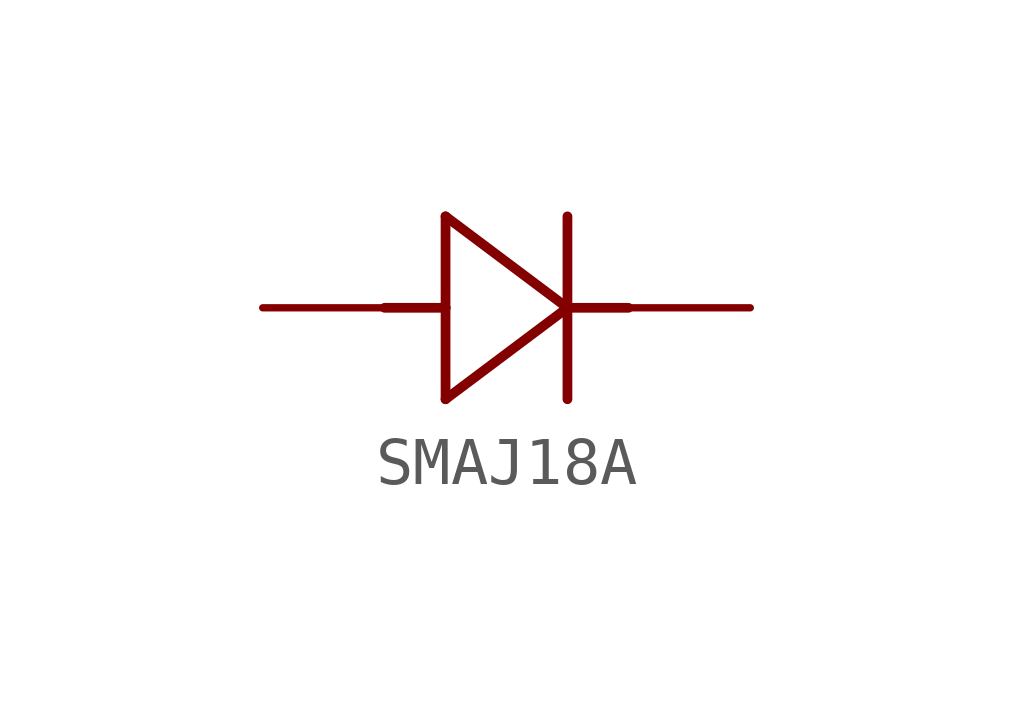
<source format=kicad_sym>
(kicad_symbol_lib
  (version 20231120)
  (generator "kicad_symbol_editor")
  (generator_version "8.0")
  (symbol "SMAJ18A"
    (property "Reference" "CR"
      (at -2.819 2.692 0)
      (effects (font (size 3.48 2.958)) (justify left bottom) (hide yes)))
    (property "ki_locked" ""
      (at 0 0 0)
      (effects (font (size 1.27 1.27))))
    (symbol "SMAJ18A_1_0"
      (polyline (pts (xy 2.54 0) (xy 3.81 0)) (stroke (width 0.203) (type solid)) (fill (type none)))
      (polyline (pts (xy 3.81 -1.905) (xy 6.35 0)) (stroke (width 0.203) (type solid)) (fill (type none)))
      (polyline (pts (xy 3.81 0) (xy 3.81 -1.905)) (stroke (width 0.203) (type solid)) (fill (type none)))
      (polyline (pts (xy 3.81 1.905) (xy 3.81 0)) (stroke (width 0.203) (type solid)) (fill (type none)))
      (polyline (pts (xy 6.35 -1.905) (xy 6.35 0)) (stroke (width 0.203) (type solid)) (fill (type none)))
      (polyline (pts (xy 6.35 0) (xy 3.81 1.905)) (stroke (width 0.203) (type solid)) (fill (type none)))
      (polyline (pts (xy 6.35 0) (xy 6.35 1.905)) (stroke (width 0.203) (type solid)) (fill (type none)))
      (polyline (pts (xy 6.35 0) (xy 7.62 0)) (stroke (width 0.203) (type solid)) (fill (type none)))
      (pin passive line (at 10.16 0 180) (length 2.54) (name "1" (effects (font (size 0 0)))) (number "1" (effects (font (size 0 0)))))
      (pin passive line (at 0 0 0) (length 2.54) (name "2" (effects (font (size 0 0)))) (number "2" (effects (font (size 0 0))))))))
</source>
